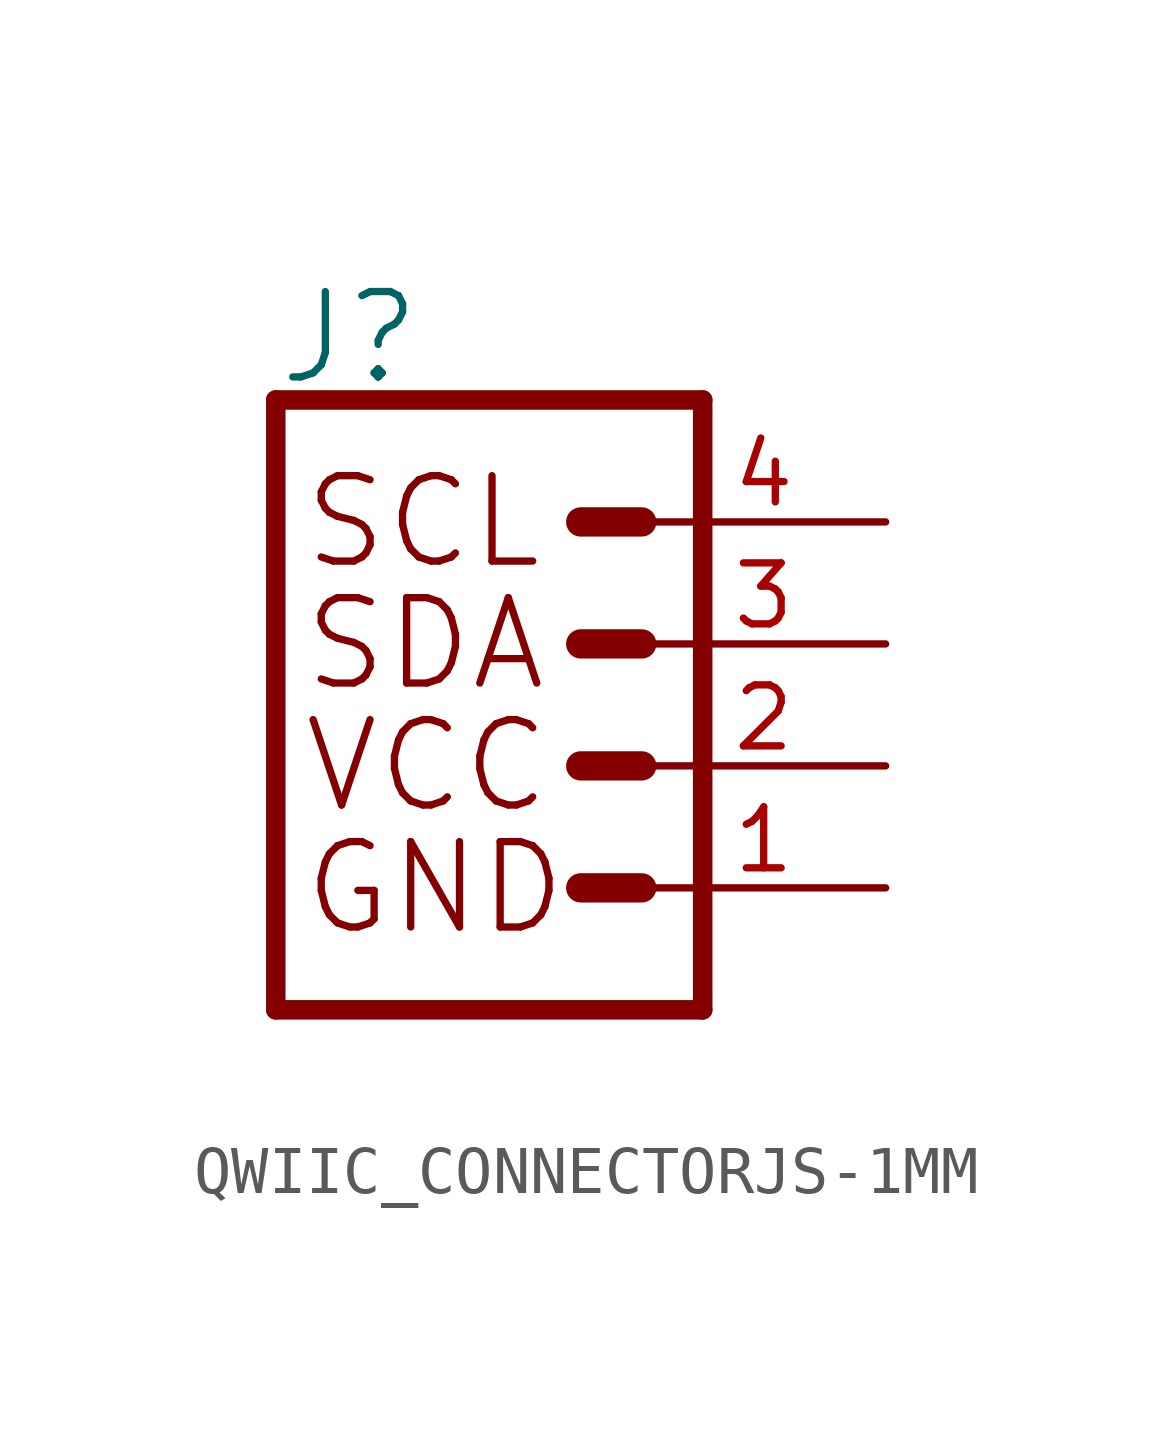
<source format=kicad_sym>
(kicad_symbol_lib
  (version 20220914)
  (generator kicad_symbol_editor)
  (symbol "QWIIC_CONNECTORJS-1MM"
    (property "Reference" "J"
      (at -5.08 7.874 0)
      (effects (font (size 1.778 1.778)) (justify left bottom)))
    (property "Value" ""
      (at -5.08 -5.334 0)
      (effects (font (size 1.778 1.778)) (justify left top)))
    (symbol "QWIIC_CONNECTORJS-1MM_1_0"
      (polyline (pts (xy -5.08 7.62) (xy -5.08 -5.08)) (stroke (width 0.406) (type solid)) (fill (type none)))
      (polyline (pts (xy -5.08 7.62) (xy 3.81 7.62)) (stroke (width 0.406) (type solid)) (fill (type none)))
      (polyline (pts (xy 1.27 -2.54) (xy 2.54 -2.54)) (stroke (width 0.61) (type solid)) (fill (type none)))
      (polyline (pts (xy 1.27 0) (xy 2.54 0)) (stroke (width 0.61) (type solid)) (fill (type none)))
      (polyline (pts (xy 1.27 2.54) (xy 2.54 2.54)) (stroke (width 0.61) (type solid)) (fill (type none)))
      (polyline (pts (xy 1.27 5.08) (xy 2.54 5.08)) (stroke (width 0.61) (type solid)) (fill (type none)))
      (polyline (pts (xy 3.81 -5.08) (xy -5.08 -5.08)) (stroke (width 0.406) (type solid)) (fill (type none)))
      (polyline (pts (xy 3.81 -5.08) (xy 3.81 7.62)) (stroke (width 0.406) (type solid)) (fill (type none)))
      (text "GND" (at -4.572 -2.54 0) (effects (font (size 1.778 1.778)) (justify left)))
      (text "SCL" (at -4.572 5.08 0) (effects (font (size 1.778 1.778)) (justify left)))
      (text "SDA" (at -4.572 2.54 0) (effects (font (size 1.778 1.778)) (justify left)))
      (text "VCC" (at -4.572 0 0) (effects (font (size 1.778 1.778)) (justify left)))
      (pin power_in line (at 7.62 -2.54 180) (length 5.08) (name "1" (effects (font (size 0 0)))) (number "1" (effects (font (size 1.27 1.27)))))
      (pin power_in line (at 7.62 0 180) (length 5.08) (name "2" (effects (font (size 0 0)))) (number "2" (effects (font (size 1.27 1.27)))))
      (pin passive line (at 7.62 2.54 180) (length 5.08) (name "3" (effects (font (size 0 0)))) (number "3" (effects (font (size 1.27 1.27)))))
      (pin passive line (at 7.62 5.08 180) (length 5.08) (name "4" (effects (font (size 0 0)))) (number "4" (effects (font (size 1.27 1.27))))))))
</source>
